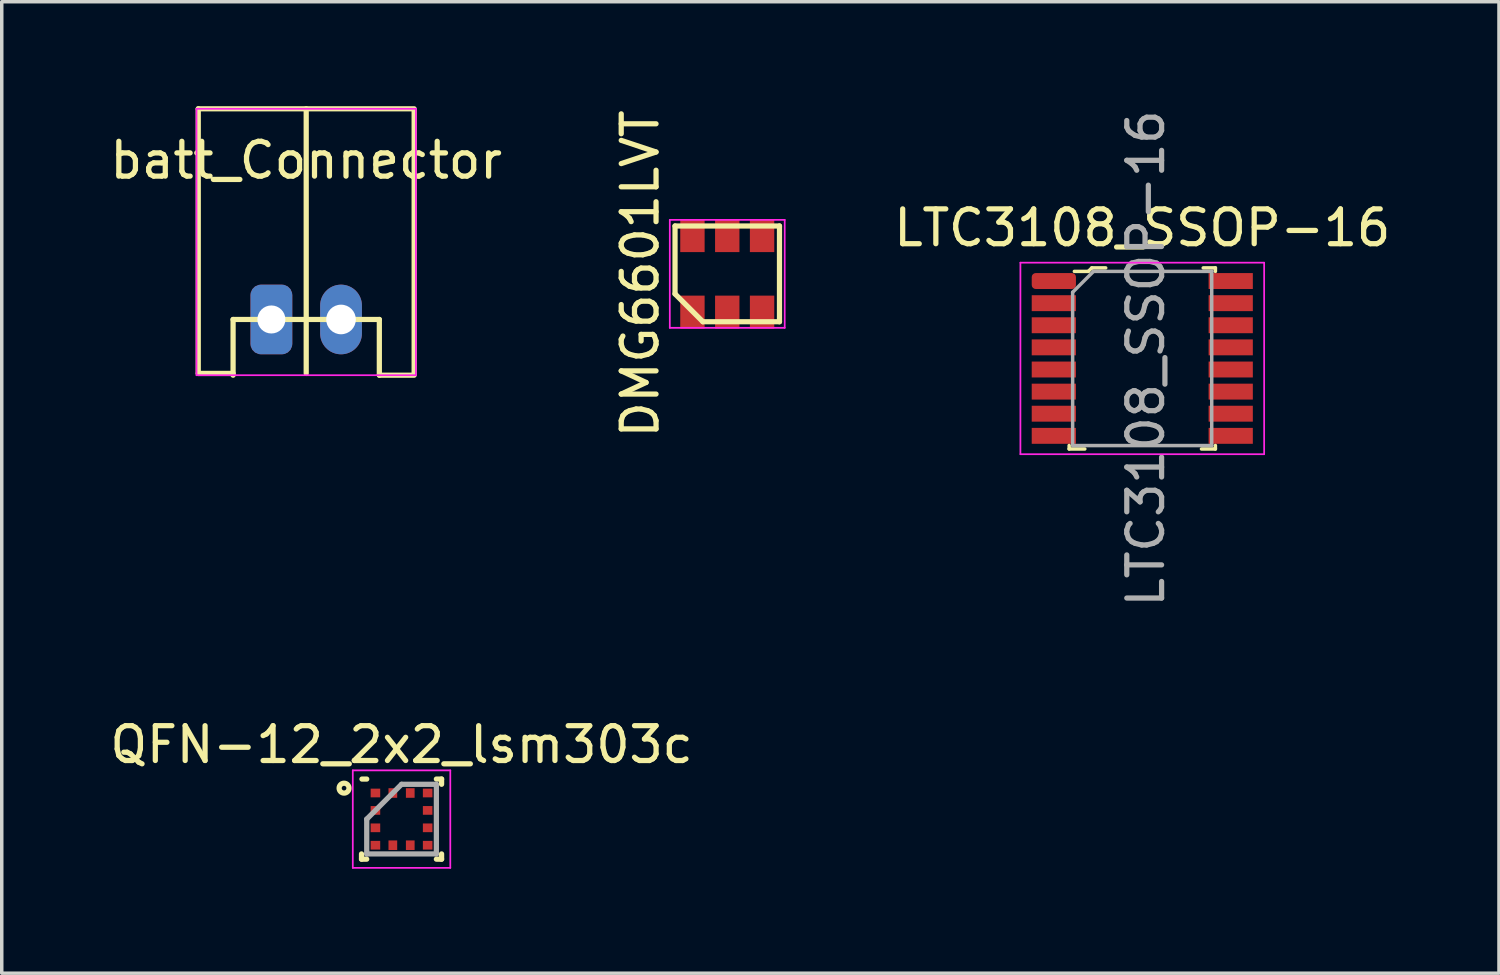
<source format=kicad_pcb>
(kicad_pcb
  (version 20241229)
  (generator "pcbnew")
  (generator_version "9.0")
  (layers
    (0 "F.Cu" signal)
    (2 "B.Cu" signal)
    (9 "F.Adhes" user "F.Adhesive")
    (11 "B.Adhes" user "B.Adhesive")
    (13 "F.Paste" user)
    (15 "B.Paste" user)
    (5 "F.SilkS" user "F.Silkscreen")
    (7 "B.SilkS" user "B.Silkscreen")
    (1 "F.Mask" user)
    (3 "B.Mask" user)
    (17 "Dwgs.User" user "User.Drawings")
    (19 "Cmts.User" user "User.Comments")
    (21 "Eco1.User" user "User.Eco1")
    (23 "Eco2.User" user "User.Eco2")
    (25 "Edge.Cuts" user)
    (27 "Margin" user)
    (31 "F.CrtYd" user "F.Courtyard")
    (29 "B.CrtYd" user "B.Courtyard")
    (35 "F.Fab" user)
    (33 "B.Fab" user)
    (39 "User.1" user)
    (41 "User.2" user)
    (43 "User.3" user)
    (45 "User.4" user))
  (footprint "LTC3108_SSOP-16"
    (layer "F.Cu")
    (at 29.755 7.244)
    (property "Reference" "LTC3108_SSOP-16" (at 0 -3.75 0) (layer "F.SilkS") (effects (font (size 1 1) (thickness 0.15))))
    (attr through_hole)
    (fp_line (start -2.1 2.5) (end -2.1 2.6) (stroke (width 0.1) (type solid)) (layer "F.SilkS"))
    (fp_line (start -2.1 2.6) (end -1.65 2.6) (stroke (width 0.1) (type solid)) (layer "F.SilkS"))
    (fp_line (start -1.55 -2.5) (end -1.95 -2.5) (stroke (width 0.1) (type solid)) (layer "F.SilkS"))
    (fp_line (start -1.45 -2.6) (end -1.55 -2.5) (stroke (width 0.1) (type solid)) (layer "F.SilkS"))
    (fp_line (start -1.05 -2.6) (end -1.45 -2.6) (stroke (width 0.1) (type solid)) (layer "F.SilkS"))
    (fp_line (start 2.1 -2.6) (end 1.75 -2.6) (stroke (width 0.1) (type solid)) (layer "F.SilkS"))
    (fp_line (start 2.1 -2.5) (end 2.1 -2.6) (stroke (width 0.1) (type solid)) (layer "F.SilkS"))
    (fp_line (start 2.1 2.5) (end 2.1 2.6) (stroke (width 0.1) (type solid)) (layer "F.SilkS"))
    (fp_line (start 2.1 2.6) (end 1.7 2.6) (stroke (width 0.1) (type solid)) (layer "F.SilkS"))
    (fp_line (start -3.5 -2.75) (end -3.5 2.75) (stroke (width 0.05) (type solid)) (layer "F.CrtYd"))
    (fp_line (start -3.5 -2.75) (end 3.5 -2.75) (stroke (width 0.05) (type solid)) (layer "F.CrtYd"))
    (fp_line (start -3.5 2.75) (end 3.5 2.75) (stroke (width 0.05) (type solid)) (layer "F.CrtYd"))
    (fp_line (start 3.5 2.75) (end 3.5 -2.75) (stroke (width 0.05) (type solid)) (layer "F.CrtYd"))
    (fp_line (start -2 -1.9) (end -2 2.5) (stroke (width 0.1) (type solid)) (layer "F.Fab"))
    (fp_line (start -2 -1.9) (end -1.4 -2.5) (stroke (width 0.1) (type solid)) (layer "F.Fab"))
    (fp_line (start -1.994 2.502) (end 1.994 2.502) (stroke (width 0.1) (type solid)) (layer "F.Fab"))
    (fp_line (start -1.4 -2.5) (end 2 -2.5) (stroke (width 0.1) (type solid)) (layer "F.Fab"))
    (fp_line (start 1.994 2.502) (end 1.994 -2.502) (stroke (width 0.1) (type solid)) (layer "F.Fab"))
    (fp_text user "${REFERENCE}" (at 0.1 0 90) (layer "F.Fab") (effects (font (size 1 1) (thickness 0.15))))
    (pad "1" smd roundrect (at -2.54 -2.223) (size 1.27 0.457) (layers "F.Cu" "F.Mask" "F.Paste") (roundrect_rratio 0.25))
    (pad "2" smd rect (at -2.54 -1.587) (size 1.27 0.457) (layers "F.Cu" "F.Mask" "F.Paste"))
    (pad "3" smd rect (at -2.54 -0.953) (size 1.27 0.457) (layers "F.Cu" "F.Mask" "F.Paste"))
    (pad "4" smd rect (at -2.54 -0.318) (size 1.27 0.457) (layers "F.Cu" "F.Mask" "F.Paste"))
    (pad "5" smd rect (at -2.54 0.318) (size 1.27 0.457) (layers "F.Cu" "F.Mask" "F.Paste"))
    (pad "6" smd rect (at -2.54 0.953) (size 1.27 0.457) (layers "F.Cu" "F.Mask" "F.Paste"))
    (pad "7" smd rect (at -2.54 1.587) (size 1.27 0.457) (layers "F.Cu" "F.Mask" "F.Paste"))
    (pad "8" smd rect (at -2.54 2.223) (size 1.27 0.457) (layers "F.Cu" "F.Mask" "F.Paste"))
    (pad "9" smd rect (at 2.54 2.223) (size 1.27 0.457) (layers "F.Cu" "F.Mask" "F.Paste"))
    (pad "10" smd rect (at 2.54 1.587) (size 1.27 0.457) (layers "F.Cu" "F.Mask" "F.Paste"))
    (pad "11" smd rect (at 2.54 0.953) (size 1.27 0.457) (layers "F.Cu" "F.Mask" "F.Paste"))
    (pad "12" smd rect (at 2.54 0.318) (size 1.27 0.457) (layers "F.Cu" "F.Mask" "F.Paste"))
    (pad "13" smd rect (at 2.54 -0.318) (size 1.27 0.457) (layers "F.Cu" "F.Mask" "F.Paste"))
    (pad "14" smd rect (at 2.54 -0.953) (size 1.27 0.457) (layers "F.Cu" "F.Mask" "F.Paste"))
    (pad "15" smd rect (at 2.54 -1.587) (size 1.27 0.457) (layers "F.Cu" "F.Mask" "F.Paste"))
    (pad "16" smd rect (at 2.54 -2.223) (size 1.27 0.457) (layers "F.Cu" "F.Mask" "F.Paste")))
  (footprint "batt_Connector"
    (layer "F.Cu")
    (at 5.744 6.125)
    (property "Reference" "batt_Connector" (at 0 -4.572 0) (layer "F.SilkS") (effects (font (size 1 1) (thickness 0.15))))
    (attr through_hole)
    (fp_line (start -3.1 -6.05) (end -3.1 1.55) (stroke (width 0.15) (type solid)) (layer "F.SilkS"))
    (fp_line (start -3.1 1.55) (end -2.1 1.55) (stroke (width 0.15) (type solid)) (layer "F.SilkS"))
    (fp_line (start -2.1 0) (end 2.1 0) (stroke (width 0.15) (type solid)) (layer "F.SilkS"))
    (fp_line (start -2.1 1.6) (end -2.1 0) (stroke (width 0.15) (type solid)) (layer "F.SilkS"))
    (fp_line (start 0 1.55) (end 0 -6.05) (stroke (width 0.15) (type solid)) (layer "F.SilkS"))
    (fp_line (start 2.1 0) (end 2.1 1.6) (stroke (width 0.15) (type solid)) (layer "F.SilkS"))
    (fp_line (start 2.1 1.6) (end 3.1 1.6) (stroke (width 0.15) (type solid)) (layer "F.SilkS"))
    (fp_line (start 3.1 -6.05) (end -3.1 -6.05) (stroke (width 0.15) (type solid)) (layer "F.SilkS"))
    (fp_line (start 3.1 1.55) (end 3.1 -6) (stroke (width 0.15) (type solid)) (layer "F.SilkS"))
    (fp_line (start -3.15 -6.05) (end -3.15 1.6) (stroke (width 0.05) (type solid)) (layer "F.CrtYd"))
    (fp_line (start -3.15 1.6) (end 3.15 1.6) (stroke (width 0.05) (type solid)) (layer "F.CrtYd"))
    (fp_line (start 3.15 -6.05) (end -3.15 -6.05) (stroke (width 0.05) (type solid)) (layer "F.CrtYd"))
    (fp_line (start 3.15 1.6) (end 3.15 -6.05) (stroke (width 0.05) (type solid)) (layer "F.CrtYd"))
    (pad "1" thru_hole oval (at 1 0) (size 1.2 2) (drill 0.85) (layers "*.Cu" "*.Mask"))
    (pad "2" thru_hole roundrect (at -1 0) (size 1.2 2) (drill 0.805) (layers "*.Cu" "*.Mask") (roundrect_rratio 0.25)))
  (footprint "QFN-12_2x2_lsm303c"
    (layer "F.Cu")
    (at 8.482 20.474)
    (property "Reference" "QFN-12_2x2_lsm303c" (at 0 -2.138 0) (layer "F.SilkS") (effects (font (size 1 1) (thickness 0.15))))
    (attr smd)
    (fp_line (start -1.15 1.15) (end -1.15 1) (stroke (width 0.15) (type solid)) (layer "F.SilkS"))
    (fp_line (start -1 -1.15) (end -1.137 -1.15) (stroke (width 0.15) (type solid)) (layer "F.SilkS"))
    (fp_line (start -1 1.15) (end -1.15 1.15) (stroke (width 0.15) (type solid)) (layer "F.SilkS"))
    (fp_line (start 1 -1.15) (end 1.15 -1.15) (stroke (width 0.15) (type solid)) (layer "F.SilkS"))
    (fp_line (start 1 1.15) (end 1.15 1.15) (stroke (width 0.15) (type solid)) (layer "F.SilkS"))
    (fp_line (start 1.15 -1.15) (end 1.15 -1) (stroke (width 0.15) (type solid)) (layer "F.SilkS"))
    (fp_line (start 1.15 1.15) (end 1.15 1) (stroke (width 0.15) (type solid)) (layer "F.SilkS"))
    (fp_circle (center -1.651 -0.889) (end -1.509 -0.889) (stroke (width 0.15) (type solid)) (fill no) (layer "F.SilkS"))
    (fp_line (start -1.4 -1.4) (end 1.4 -1.4) (stroke (width 0.05) (type solid)) (layer "F.CrtYd"))
    (fp_line (start -1.4 1.4) (end -1.4 -1.4) (stroke (width 0.05) (type solid)) (layer "F.CrtYd"))
    (fp_line (start 1.4 -1.4) (end 1.4 1.4) (stroke (width 0.05) (type solid)) (layer "F.CrtYd"))
    (fp_line (start 1.4 1.4) (end -1.4 1.4) (stroke (width 0.05) (type solid)) (layer "F.CrtYd"))
    (fp_line (start -1 0) (end -1 1) (stroke (width 0.15) (type solid)) (layer "F.Fab"))
    (fp_line (start -1 1) (end 1 1) (stroke (width 0.15) (type solid)) (layer "F.Fab"))
    (fp_line (start 0 -1) (end -1 0) (stroke (width 0.15) (type solid)) (layer "F.Fab"))
    (fp_line (start 1 -1) (end 0 -1) (stroke (width 0.15) (type solid)) (layer "F.Fab"))
    (fp_line (start 1 1) (end 1 -1) (stroke (width 0.15) (type solid)) (layer "F.Fab"))
    (pad "1" smd rect (at -0.75 -0.75 90) (size 0.25 0.275) (layers "F.Cu" "F.Mask" "F.Paste"))
    (pad "2" smd rect (at -0.75 -0.25 90) (size 0.25 0.275) (layers "F.Cu" "F.Mask" "F.Paste"))
    (pad "3" smd rect (at -0.75 0.25 90) (size 0.25 0.275) (layers "F.Cu" "F.Mask" "F.Paste"))
    (pad "4" smd rect (at -0.75 0.75 90) (size 0.25 0.275) (layers "F.Cu" "F.Mask" "F.Paste"))
    (pad "5" smd rect (at -0.25 0.75) (size 0.25 0.275) (layers "F.Cu" "F.Mask" "F.Paste"))
    (pad "6" smd rect (at 0.25 0.75) (size 0.25 0.275) (layers "F.Cu" "F.Mask" "F.Paste"))
    (pad "7" smd rect (at 0.75 0.75 90) (size 0.25 0.275) (layers "F.Cu" "F.Mask" "F.Paste"))
    (pad "8" smd rect (at 0.75 0.25 90) (size 0.25 0.275) (layers "F.Cu" "F.Mask" "F.Paste"))
    (pad "9" smd rect (at 0.75 -0.25 90) (size 0.25 0.275) (layers "F.Cu" "F.Mask" "F.Paste"))
    (pad "10" smd rect (at 0.75 -0.75 90) (size 0.25 0.275) (layers "F.Cu" "F.Mask" "F.Paste"))
    (pad "11" smd rect (at 0.25 -0.75) (size 0.25 0.275) (layers "F.Cu" "F.Mask" "F.Paste"))
    (pad "12" smd rect (at -0.25 -0.75) (size 0.25 0.275) (layers "F.Cu" "F.Mask" "F.Paste")))
  (footprint "DMG6601LVT"
    (layer "F.Cu")
    (at 17.836 4.815)
    (property "Reference" "DMG6601LVT" (at -2.5 0 90) (layer "F.SilkS") (effects (font (size 1 1) (thickness 0.15))))
    (attr smd)
    (fp_line (start -1.5 -1.375) (end 1.5 -1.375) (stroke (width 0.15) (type solid)) (layer "F.SilkS"))
    (fp_line (start -1.5 0.575) (end -1.5 -1.375) (stroke (width 0.15) (type solid)) (layer "F.SilkS"))
    (fp_line (start -0.7 1.375) (end -1.5 0.575) (stroke (width 0.15) (type solid)) (layer "F.SilkS"))
    (fp_line (start 1.5 -1.375) (end 1.5 1.375) (stroke (width 0.15) (type solid)) (layer "F.SilkS"))
    (fp_line (start 1.5 1.375) (end -0.7 1.375) (stroke (width 0.15) (type solid)) (layer "F.SilkS"))
    (fp_line (start -1.65 -1.55) (end 1.65 -1.55) (stroke (width 0.05) (type solid)) (layer "F.CrtYd"))
    (fp_line (start -1.65 1.55) (end -1.65 -1.55) (stroke (width 0.05) (type solid)) (layer "F.CrtYd"))
    (fp_line (start 1.65 -1.55) (end 1.65 1.55) (stroke (width 0.05) (type solid)) (layer "F.CrtYd"))
    (fp_line (start 1.65 1.55) (end -1.65 1.55) (stroke (width 0.05) (type solid)) (layer "F.CrtYd"))
    (pad "1" smd rect (at -1 1.1) (size 0.7 0.95) (layers "F.Cu" "F.Mask" "F.Paste"))
    (pad "2" smd rect (at 0 1.1) (size 0.7 0.95) (layers "F.Cu" "F.Mask" "F.Paste"))
    (pad "3" smd rect (at 1 1.1) (size 0.7 0.95) (layers "F.Cu" "F.Mask" "F.Paste"))
    (pad "4" smd rect (at 1 -1.1) (size 0.7 0.95) (layers "F.Cu" "F.Mask" "F.Paste"))
    (pad "5" smd rect (at 0 -1.1) (size 0.7 0.95) (layers "F.Cu" "F.Mask" "F.Paste"))
    (pad "6" smd rect (at -1 -1.1) (size 0.7 0.95) (layers "F.Cu" "F.Mask" "F.Paste")))
  (gr_rect
    (start -3 -3)
    (end 39.999 24.899)
    (stroke (width 0.1) (type default))
    (fill no)
    (layer "Edge.Cuts")))
</source>
